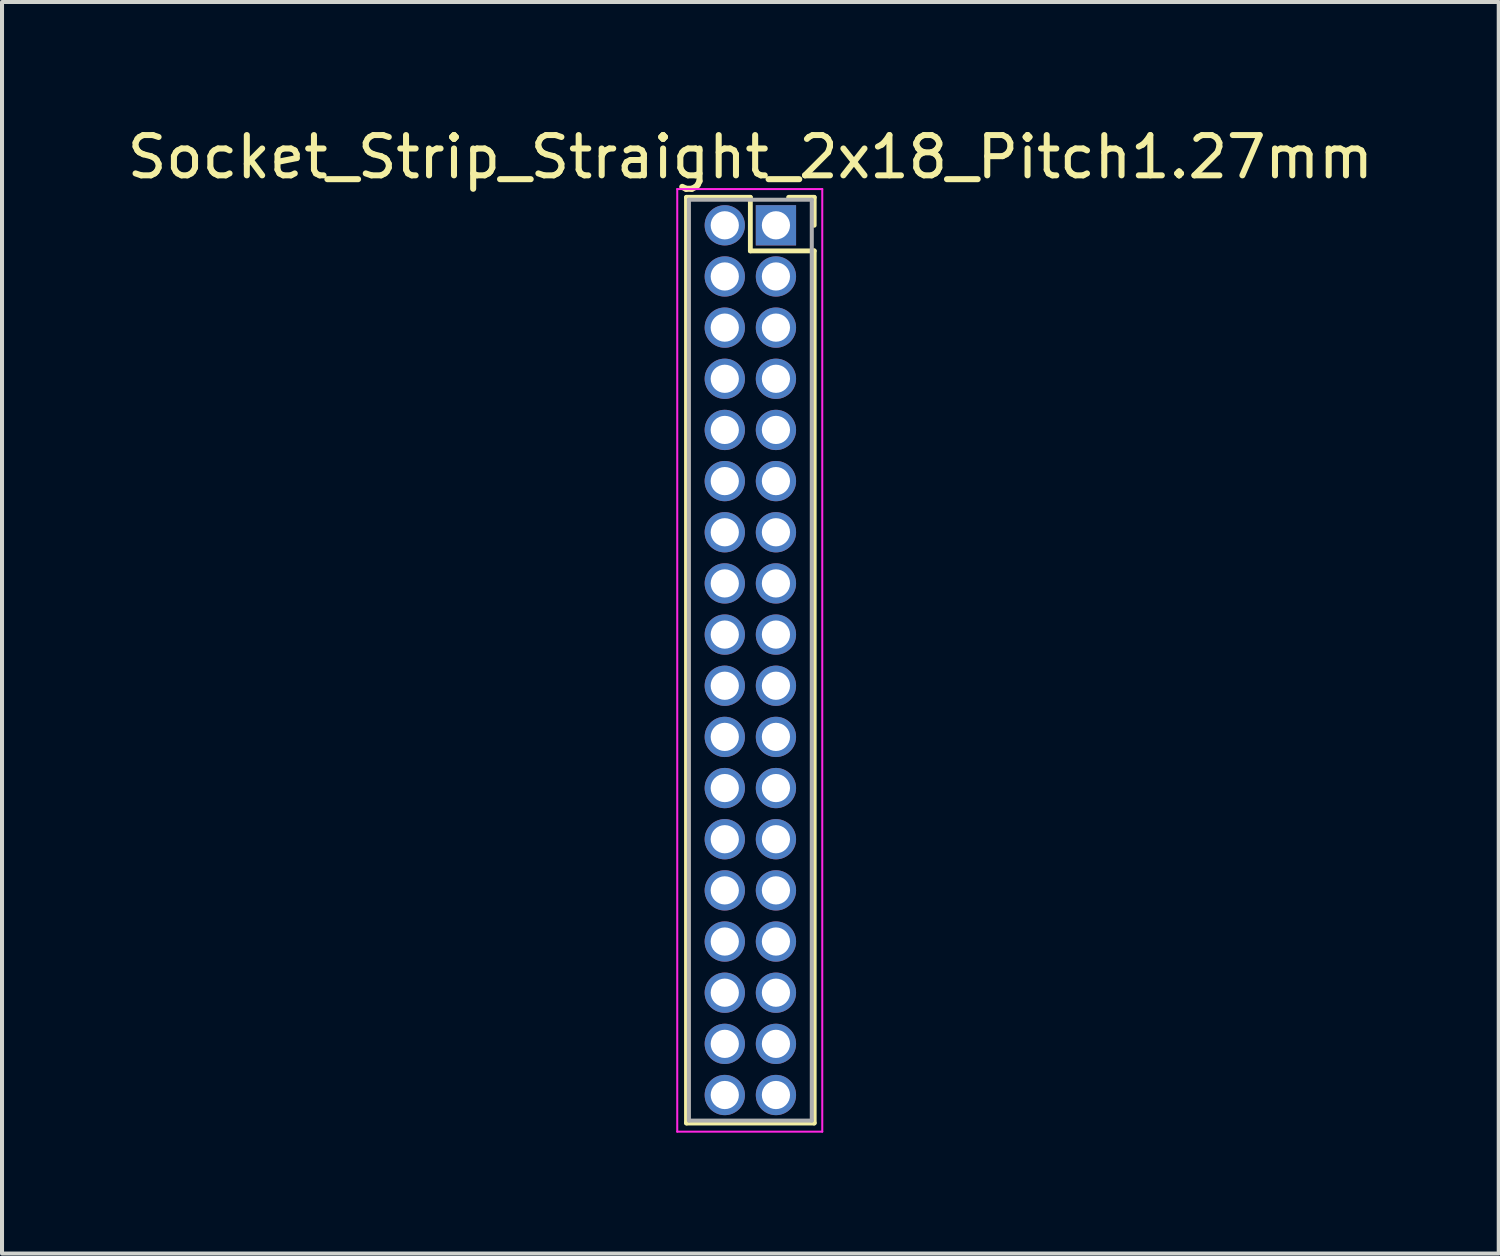
<source format=kicad_pcb>
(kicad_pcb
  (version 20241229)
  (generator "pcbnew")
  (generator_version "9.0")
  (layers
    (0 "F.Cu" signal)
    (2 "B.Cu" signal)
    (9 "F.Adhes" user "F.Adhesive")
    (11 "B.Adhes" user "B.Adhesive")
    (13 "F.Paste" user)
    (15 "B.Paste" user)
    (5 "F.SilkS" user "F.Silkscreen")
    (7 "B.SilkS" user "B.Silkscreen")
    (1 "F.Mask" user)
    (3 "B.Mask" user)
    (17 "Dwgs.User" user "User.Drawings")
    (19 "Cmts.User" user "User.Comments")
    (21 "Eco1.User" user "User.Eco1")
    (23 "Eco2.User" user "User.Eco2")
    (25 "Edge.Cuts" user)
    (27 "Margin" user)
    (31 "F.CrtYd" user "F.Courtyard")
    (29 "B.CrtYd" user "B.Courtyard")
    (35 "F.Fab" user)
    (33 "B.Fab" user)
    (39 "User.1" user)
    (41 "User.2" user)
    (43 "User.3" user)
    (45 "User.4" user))
  (footprint "Socket_Strip_Straight_2x18_Pitch1.27mm"
    (layer "F.Cu")
    (at 16.212 2.543)
    (property "Reference" "Socket_Strip_Straight_2x18_Pitch1.27mm" (at -0.635 -1.695 0) (layer "F.SilkS") (effects (font (size 1 1) (thickness 0.15))))
    (attr through_hole)
    (fp_line (start -2.22 -0.695) (end -0.635 -0.695) (stroke (width 0.12) (type solid)) (layer "F.SilkS"))
    (fp_line (start -2.22 22.285) (end -2.22 -0.695) (stroke (width 0.12) (type solid)) (layer "F.SilkS"))
    (fp_line (start -0.635 -0.695) (end -0.635 0.635) (stroke (width 0.12) (type solid)) (layer "F.SilkS"))
    (fp_line (start -0.635 0.635) (end 0.95 0.635) (stroke (width 0.12) (type solid)) (layer "F.SilkS"))
    (fp_line (start 0.95 -0.695) (end 0.315 -0.695) (stroke (width 0.12) (type solid)) (layer "F.SilkS"))
    (fp_line (start 0.95 0) (end 0.95 -0.695) (stroke (width 0.12) (type solid)) (layer "F.SilkS"))
    (fp_line (start 0.95 0.635) (end 0.95 22.285) (stroke (width 0.12) (type solid)) (layer "F.SilkS"))
    (fp_line (start 0.95 22.285) (end -2.22 22.285) (stroke (width 0.12) (type solid)) (layer "F.SilkS"))
    (fp_line (start -2.45 -0.9) (end -2.45 22.5) (stroke (width 0.05) (type solid)) (layer "F.CrtYd"))
    (fp_line (start -2.45 22.5) (end 1.15 22.5) (stroke (width 0.05) (type solid)) (layer "F.CrtYd"))
    (fp_line (start 1.15 -0.9) (end -2.45 -0.9) (stroke (width 0.05) (type solid)) (layer "F.CrtYd"))
    (fp_line (start 1.15 22.5) (end 1.15 -0.9) (stroke (width 0.05) (type solid)) (layer "F.CrtYd"))
    (fp_line (start -2.16 -0.635) (end -2.16 22.225) (stroke (width 0.1) (type solid)) (layer "F.Fab"))
    (fp_line (start -2.16 22.225) (end 0.89 22.225) (stroke (width 0.1) (type solid)) (layer "F.Fab"))
    (fp_line (start 0.89 -0.635) (end -2.16 -0.635) (stroke (width 0.1) (type solid)) (layer "F.Fab"))
    (fp_line (start 0.89 22.225) (end 0.89 -0.635) (stroke (width 0.1) (type solid)) (layer "F.Fab"))
    (pad "1" thru_hole rect (at 0 0) (size 1 1) (drill 0.7) (layers "*.Cu" "*.Mask"))
    (pad "2" thru_hole oval (at -1.27 0) (size 1 1) (drill 0.7) (layers "*.Cu" "*.Mask"))
    (pad "3" thru_hole oval (at 0 1.27) (size 1 1) (drill 0.7) (layers "*.Cu" "*.Mask"))
    (pad "4" thru_hole oval (at -1.27 1.27) (size 1 1) (drill 0.7) (layers "*.Cu" "*.Mask"))
    (pad "5" thru_hole oval (at 0 2.54) (size 1 1) (drill 0.7) (layers "*.Cu" "*.Mask"))
    (pad "6" thru_hole oval (at -1.27 2.54) (size 1 1) (drill 0.7) (layers "*.Cu" "*.Mask"))
    (pad "7" thru_hole oval (at 0 3.81) (size 1 1) (drill 0.7) (layers "*.Cu" "*.Mask"))
    (pad "8" thru_hole oval (at -1.27 3.81) (size 1 1) (drill 0.7) (layers "*.Cu" "*.Mask"))
    (pad "9" thru_hole oval (at 0 5.08) (size 1 1) (drill 0.7) (layers "*.Cu" "*.Mask"))
    (pad "10" thru_hole oval (at -1.27 5.08) (size 1 1) (drill 0.7) (layers "*.Cu" "*.Mask"))
    (pad "11" thru_hole oval (at 0 6.35) (size 1 1) (drill 0.7) (layers "*.Cu" "*.Mask"))
    (pad "12" thru_hole oval (at -1.27 6.35) (size 1 1) (drill 0.7) (layers "*.Cu" "*.Mask"))
    (pad "13" thru_hole oval (at 0 7.62) (size 1 1) (drill 0.7) (layers "*.Cu" "*.Mask"))
    (pad "14" thru_hole oval (at -1.27 7.62) (size 1 1) (drill 0.7) (layers "*.Cu" "*.Mask"))
    (pad "15" thru_hole oval (at 0 8.89) (size 1 1) (drill 0.7) (layers "*.Cu" "*.Mask"))
    (pad "16" thru_hole oval (at -1.27 8.89) (size 1 1) (drill 0.7) (layers "*.Cu" "*.Mask"))
    (pad "17" thru_hole oval (at 0 10.16) (size 1 1) (drill 0.7) (layers "*.Cu" "*.Mask"))
    (pad "18" thru_hole oval (at -1.27 10.16) (size 1 1) (drill 0.7) (layers "*.Cu" "*.Mask"))
    (pad "19" thru_hole oval (at 0 11.43) (size 1 1) (drill 0.7) (layers "*.Cu" "*.Mask"))
    (pad "20" thru_hole oval (at -1.27 11.43) (size 1 1) (drill 0.7) (layers "*.Cu" "*.Mask"))
    (pad "21" thru_hole oval (at 0 12.7) (size 1 1) (drill 0.7) (layers "*.Cu" "*.Mask"))
    (pad "22" thru_hole oval (at -1.27 12.7) (size 1 1) (drill 0.7) (layers "*.Cu" "*.Mask"))
    (pad "23" thru_hole oval (at 0 13.97) (size 1 1) (drill 0.7) (layers "*.Cu" "*.Mask"))
    (pad "24" thru_hole oval (at -1.27 13.97) (size 1 1) (drill 0.7) (layers "*.Cu" "*.Mask"))
    (pad "25" thru_hole oval (at 0 15.24) (size 1 1) (drill 0.7) (layers "*.Cu" "*.Mask"))
    (pad "26" thru_hole oval (at -1.27 15.24) (size 1 1) (drill 0.7) (layers "*.Cu" "*.Mask"))
    (pad "27" thru_hole oval (at 0 16.51) (size 1 1) (drill 0.7) (layers "*.Cu" "*.Mask"))
    (pad "28" thru_hole oval (at -1.27 16.51) (size 1 1) (drill 0.7) (layers "*.Cu" "*.Mask"))
    (pad "29" thru_hole oval (at 0 17.78) (size 1 1) (drill 0.7) (layers "*.Cu" "*.Mask"))
    (pad "30" thru_hole oval (at -1.27 17.78) (size 1 1) (drill 0.7) (layers "*.Cu" "*.Mask"))
    (pad "31" thru_hole oval (at 0 19.05) (size 1 1) (drill 0.7) (layers "*.Cu" "*.Mask"))
    (pad "32" thru_hole oval (at -1.27 19.05) (size 1 1) (drill 0.7) (layers "*.Cu" "*.Mask"))
    (pad "33" thru_hole oval (at 0 20.32) (size 1 1) (drill 0.7) (layers "*.Cu" "*.Mask"))
    (pad "34" thru_hole oval (at -1.27 20.32) (size 1 1) (drill 0.7) (layers "*.Cu" "*.Mask"))
    (pad "35" thru_hole oval (at 0 21.59) (size 1 1) (drill 0.7) (layers "*.Cu" "*.Mask"))
    (pad "36" thru_hole oval (at -1.27 21.59) (size 1 1) (drill 0.7) (layers "*.Cu" "*.Mask")))
  (gr_rect
    (start -3 -3)
    (end 34.155 28.068)
    (stroke (width 0.1) (type default))
    (fill no)
    (layer "Edge.Cuts")))
</source>
